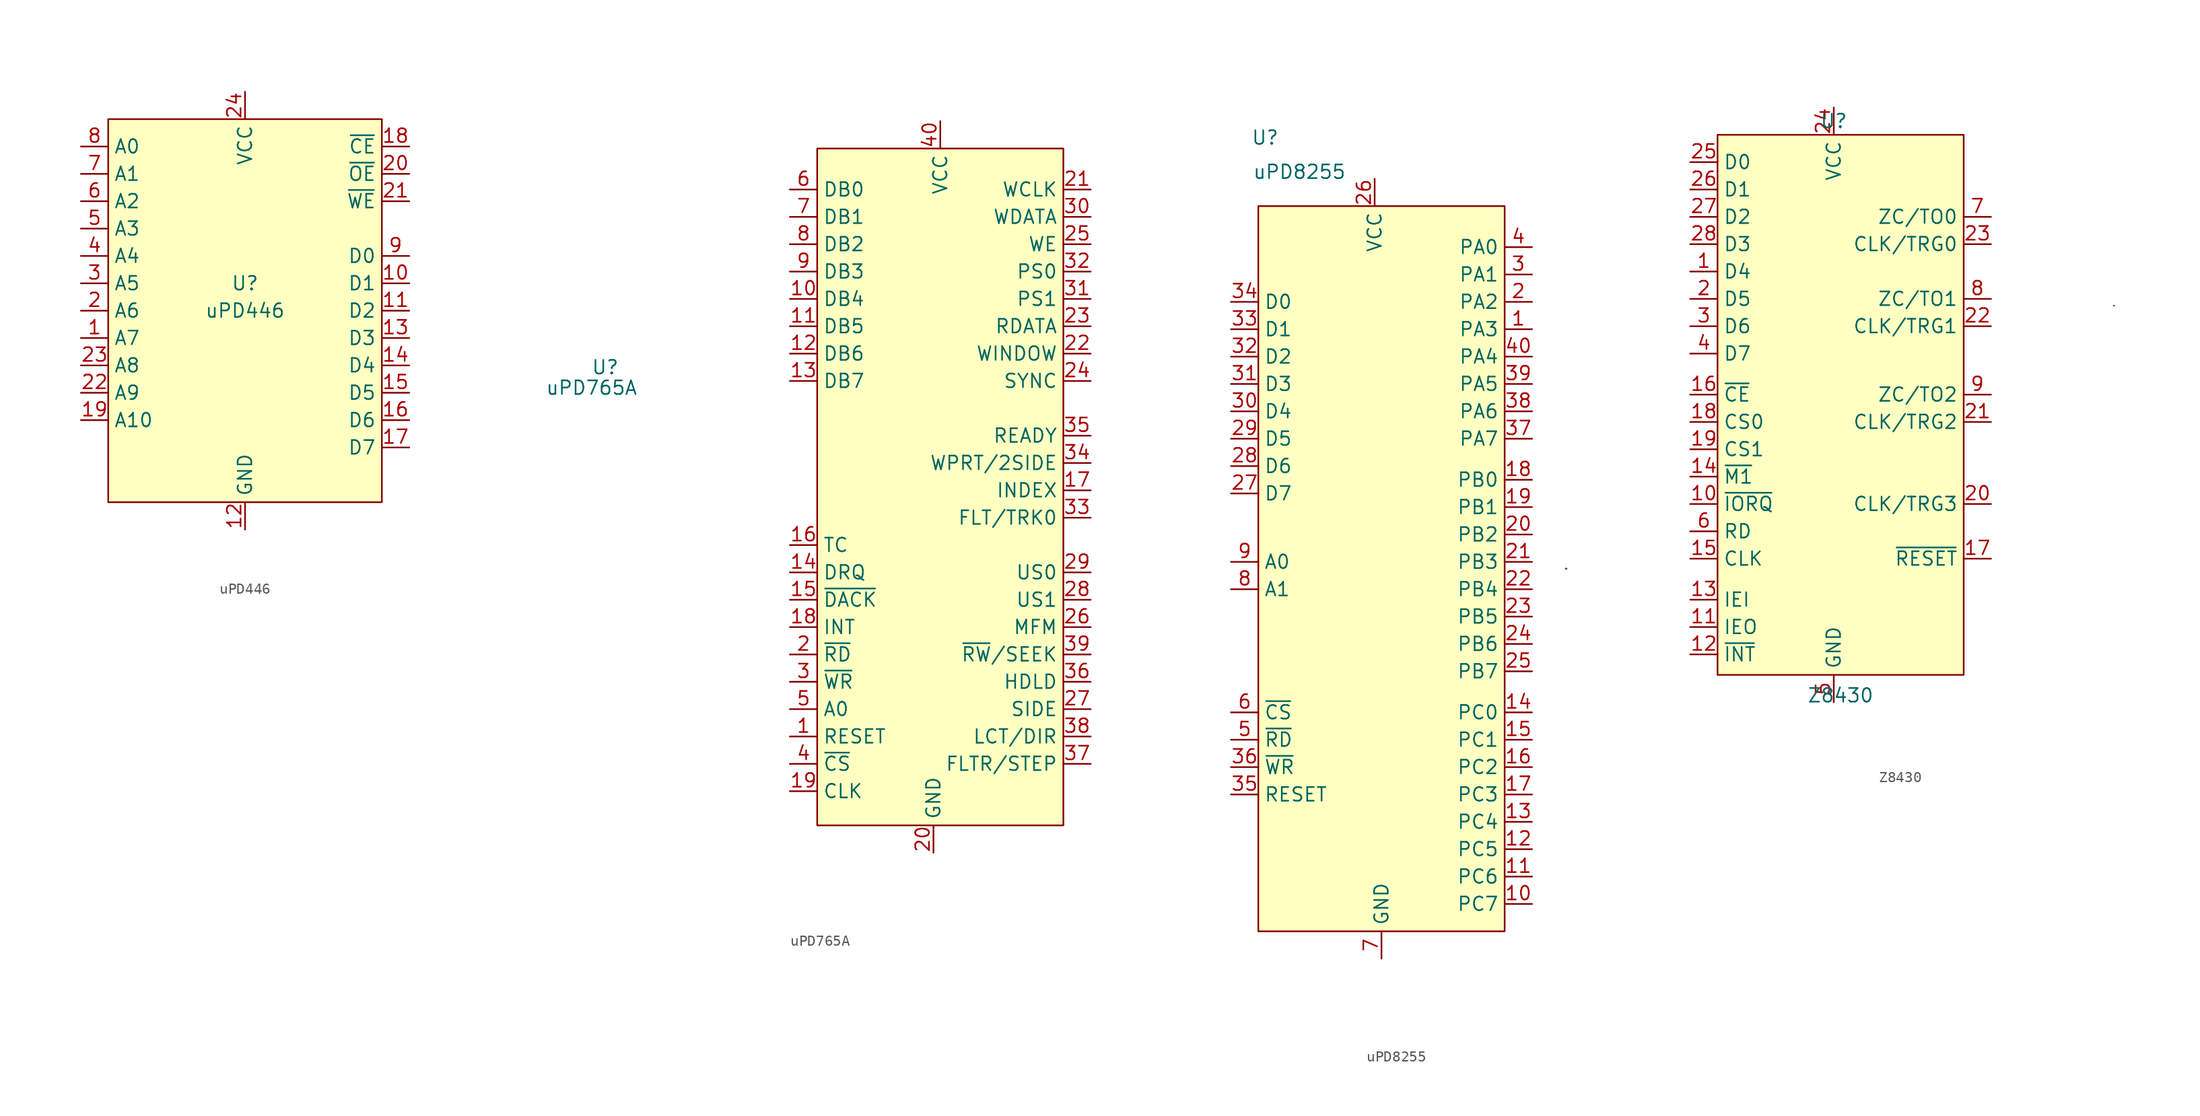
<source format=kicad_sym>
(kicad_symbol_lib
  (version 20220914)
  (generator kicad_symbol_editor)
  (symbol "uPD446"
    (property "Reference" "U"
      (at 0 -15.24 0)
      (effects (font (size 1.27 1.27))))
    (property "Value" "uPD446"
      (at 0 -17.78 0)
      (effects (font (size 1.27 1.27))))
    (symbol "uPD446_0_1"
      (rectangle (start -12.7 0) (end 12.7 -35.56) (stroke (width 0.152) (type default)) (fill (type background))))
    (symbol "uPD446_1_1"
      (pin input line (at -15.24 -20.32 0) (length 2.54) (name "A7" (effects (font (size 1.27 1.27)))) (number "1" (effects (font (size 1.27 1.27)))))
      (pin tri_state line (at 15.24 -15.24 180) (length 2.54) (name "D1" (effects (font (size 1.27 1.27)))) (number "10" (effects (font (size 1.27 1.27)))))
      (pin tri_state line (at 15.24 -17.78 180) (length 2.54) (name "D2" (effects (font (size 1.27 1.27)))) (number "11" (effects (font (size 1.27 1.27)))))
      (pin power_in line (at 0 -38.1 90) (length 2.54) (name "GND" (effects (font (size 1.27 1.27)))) (number "12" (effects (font (size 1.27 1.27)))))
      (pin tri_state line (at 15.24 -20.32 180) (length 2.54) (name "D3" (effects (font (size 1.27 1.27)))) (number "13" (effects (font (size 1.27 1.27)))))
      (pin tri_state line (at 15.24 -22.86 180) (length 2.54) (name "D4" (effects (font (size 1.27 1.27)))) (number "14" (effects (font (size 1.27 1.27)))))
      (pin tri_state line (at 15.24 -25.4 180) (length 2.54) (name "D5" (effects (font (size 1.27 1.27)))) (number "15" (effects (font (size 1.27 1.27)))))
      (pin tri_state line (at 15.24 -27.94 180) (length 2.54) (name "D6" (effects (font (size 1.27 1.27)))) (number "16" (effects (font (size 1.27 1.27)))))
      (pin tri_state line (at 15.24 -30.48 180) (length 2.54) (name "D7" (effects (font (size 1.27 1.27)))) (number "17" (effects (font (size 1.27 1.27)))))
      (pin input line (at 15.24 -2.54 180) (length 2.54) (name "~{CE}" (effects (font (size 1.27 1.27)))) (number "18" (effects (font (size 1.27 1.27)))))
      (pin input line (at -15.24 -27.94 0) (length 2.54) (name "A10" (effects (font (size 1.27 1.27)))) (number "19" (effects (font (size 1.27 1.27)))))
      (pin input line (at -15.24 -17.78 0) (length 2.54) (name "A6" (effects (font (size 1.27 1.27)))) (number "2" (effects (font (size 1.27 1.27)))))
      (pin input line (at 15.24 -5.08 180) (length 2.54) (name "~{OE}" (effects (font (size 1.27 1.27)))) (number "20" (effects (font (size 1.27 1.27)))))
      (pin input line (at 15.24 -7.62 180) (length 2.54) (name "~{WE}" (effects (font (size 1.27 1.27)))) (number "21" (effects (font (size 1.27 1.27)))))
      (pin input line (at -15.24 -25.4 0) (length 2.54) (name "A9" (effects (font (size 1.27 1.27)))) (number "22" (effects (font (size 1.27 1.27)))))
      (pin input line (at -15.24 -22.86 0) (length 2.54) (name "A8" (effects (font (size 1.27 1.27)))) (number "23" (effects (font (size 1.27 1.27)))))
      (pin power_in line (at 0 2.54 270) (length 2.54) (name "VCC" (effects (font (size 1.27 1.27)))) (number "24" (effects (font (size 1.27 1.27)))))
      (pin input line (at -15.24 -15.24 0) (length 2.54) (name "A5" (effects (font (size 1.27 1.27)))) (number "3" (effects (font (size 1.27 1.27)))))
      (pin input line (at -15.24 -12.7 0) (length 2.54) (name "A4" (effects (font (size 1.27 1.27)))) (number "4" (effects (font (size 1.27 1.27)))))
      (pin input line (at -15.24 -10.16 0) (length 2.54) (name "A3" (effects (font (size 1.27 1.27)))) (number "5" (effects (font (size 1.27 1.27)))))
      (pin input line (at -15.24 -7.62 0) (length 2.54) (name "A2" (effects (font (size 1.27 1.27)))) (number "6" (effects (font (size 1.27 1.27)))))
      (pin input line (at -15.24 -5.08 0) (length 2.54) (name "A1" (effects (font (size 1.27 1.27)))) (number "7" (effects (font (size 1.27 1.27)))))
      (pin input line (at -15.24 -2.54 0) (length 2.54) (name "A0" (effects (font (size 1.27 1.27)))) (number "8" (effects (font (size 1.27 1.27)))))
      (pin tri_state line (at 15.24 -12.7 180) (length 2.54) (name "D0" (effects (font (size 1.27 1.27)))) (number "9" (effects (font (size 1.27 1.27)))))))
  (symbol "uPD765A"
    (property "Reference" "U"
      (at -31.115 12.7 0)
      (effects (font (size 1.27 1.27))))
    (property "Value" "uPD765A"
      (at -32.385 10.795 0)
      (effects (font (size 1.27 1.27))))
    (symbol "uPD765A_0_0"
      (pin input line (at -13.97 -21.59 0) (length 2.54) (name "RESET" (effects (font (size 1.27 1.27)))) (number "1" (effects (font (size 1.27 1.27)))))
      (pin input line (at -13.97 19.05 0) (length 2.54) (name "DB4" (effects (font (size 1.27 1.27)))) (number "10" (effects (font (size 1.27 1.27)))))
      (pin input line (at -13.97 16.51 0) (length 2.54) (name "DB5" (effects (font (size 1.27 1.27)))) (number "11" (effects (font (size 1.27 1.27)))))
      (pin input line (at -13.97 13.97 0) (length 2.54) (name "DB6" (effects (font (size 1.27 1.27)))) (number "12" (effects (font (size 1.27 1.27)))))
      (pin input line (at -13.97 11.43 0) (length 2.54) (name "DB7" (effects (font (size 1.27 1.27)))) (number "13" (effects (font (size 1.27 1.27)))))
      (pin output line (at -13.97 -6.35 0) (length 2.54) (name "DRQ" (effects (font (size 1.27 1.27)))) (number "14" (effects (font (size 1.27 1.27)))))
      (pin unspecified line (at -13.97 -8.89 0) (length 2.54) (name "~{DACK}" (effects (font (size 1.27 1.27)))) (number "15" (effects (font (size 1.27 1.27)))))
      (pin input line (at -13.97 -3.81 0) (length 2.54) (name "TC" (effects (font (size 1.27 1.27)))) (number "16" (effects (font (size 1.27 1.27)))))
      (pin input line (at 13.97 1.27 180) (length 2.54) (name "INDEX" (effects (font (size 1.27 1.27)))) (number "17" (effects (font (size 1.27 1.27)))))
      (pin output line (at -13.97 -11.43 0) (length 2.54) (name "INT" (effects (font (size 1.27 1.27)))) (number "18" (effects (font (size 1.27 1.27)))))
      (pin input line (at -13.97 -26.67 0) (length 2.54) (name "CLK" (effects (font (size 1.27 1.27)))) (number "19" (effects (font (size 1.27 1.27)))))
      (pin input line (at -13.97 -13.97 0) (length 2.54) (name "~{RD}" (effects (font (size 1.27 1.27)))) (number "2" (effects (font (size 1.27 1.27)))))
      (pin power_in line (at -0.635 -32.385 90) (length 2.54) (name "GND" (effects (font (size 1.27 1.27)))) (number "20" (effects (font (size 1.27 1.27)))))
      (pin input line (at 13.97 29.21 180) (length 2.54) (name "WCLK" (effects (font (size 1.27 1.27)))) (number "21" (effects (font (size 1.27 1.27)))))
      (pin input line (at 13.97 13.97 180) (length 2.54) (name "WINDOW" (effects (font (size 1.27 1.27)))) (number "22" (effects (font (size 1.27 1.27)))))
      (pin input line (at 13.97 16.51 180) (length 2.54) (name "RDATA" (effects (font (size 1.27 1.27)))) (number "23" (effects (font (size 1.27 1.27)))))
      (pin output line (at 13.97 11.43 180) (length 2.54) (name "SYNC" (effects (font (size 1.27 1.27)))) (number "24" (effects (font (size 1.27 1.27)))))
      (pin output line (at 13.97 24.13 180) (length 2.54) (name "WE" (effects (font (size 1.27 1.27)))) (number "25" (effects (font (size 1.27 1.27)))))
      (pin output line (at 13.97 -11.43 180) (length 2.54) (name "MFM" (effects (font (size 1.27 1.27)))) (number "26" (effects (font (size 1.27 1.27)))))
      (pin output line (at 13.97 -19.05 180) (length 2.54) (name "SIDE" (effects (font (size 1.27 1.27)))) (number "27" (effects (font (size 1.27 1.27)))))
      (pin input line (at 13.97 -8.89 180) (length 2.54) (name "US1" (effects (font (size 1.27 1.27)))) (number "28" (effects (font (size 1.27 1.27)))))
      (pin input line (at 13.97 -6.35 180) (length 2.54) (name "US0" (effects (font (size 1.27 1.27)))) (number "29" (effects (font (size 1.27 1.27)))))
      (pin output line (at -13.97 -16.51 0) (length 2.54) (name "~{WR}" (effects (font (size 1.27 1.27)))) (number "3" (effects (font (size 1.27 1.27)))))
      (pin output line (at 13.97 26.67 180) (length 2.54) (name "WDATA" (effects (font (size 1.27 1.27)))) (number "30" (effects (font (size 1.27 1.27)))))
      (pin output line (at 13.97 19.05 180) (length 2.54) (name "PS1" (effects (font (size 1.27 1.27)))) (number "31" (effects (font (size 1.27 1.27)))))
      (pin output line (at 13.97 21.59 180) (length 2.54) (name "PS0" (effects (font (size 1.27 1.27)))) (number "32" (effects (font (size 1.27 1.27)))))
      (pin input line (at 13.97 -1.27 180) (length 2.54) (name "FLT/TRK0" (effects (font (size 1.27 1.27)))) (number "33" (effects (font (size 1.27 1.27)))))
      (pin input line (at 13.97 3.81 180) (length 2.54) (name "WPRT/2SIDE" (effects (font (size 1.27 1.27)))) (number "34" (effects (font (size 1.27 1.27)))))
      (pin input line (at 13.97 6.35 180) (length 2.54) (name "READY" (effects (font (size 1.27 1.27)))) (number "35" (effects (font (size 1.27 1.27)))))
      (pin output line (at 13.97 -16.51 180) (length 2.54) (name "HDLD" (effects (font (size 1.27 1.27)))) (number "36" (effects (font (size 1.27 1.27)))))
      (pin output line (at 13.97 -24.13 180) (length 2.54) (name "FLTR/STEP" (effects (font (size 1.27 1.27)))) (number "37" (effects (font (size 1.27 1.27)))))
      (pin output line (at 13.97 -21.59 180) (length 2.54) (name "LCT/DIR" (effects (font (size 1.27 1.27)))) (number "38" (effects (font (size 1.27 1.27)))))
      (pin output line (at 13.97 -13.97 180) (length 2.54) (name "~{RW}/SEEK" (effects (font (size 1.27 1.27)))) (number "39" (effects (font (size 1.27 1.27)))))
      (pin input line (at -13.97 -24.13 0) (length 2.54) (name "~{CS}" (effects (font (size 1.27 1.27)))) (number "4" (effects (font (size 1.27 1.27)))))
      (pin power_in line (at 0 35.56 270) (length 2.54) (name "VCC" (effects (font (size 1.27 1.27)))) (number "40" (effects (font (size 1.27 1.27)))))
      (pin input line (at -13.97 -19.05 0) (length 2.54) (name "A0" (effects (font (size 1.27 1.27)))) (number "5" (effects (font (size 1.27 1.27)))))
      (pin input line (at -13.97 29.21 0) (length 2.54) (name "DB0" (effects (font (size 1.27 1.27)))) (number "6" (effects (font (size 1.27 1.27)))))
      (pin input line (at -13.97 26.67 0) (length 2.54) (name "DB1" (effects (font (size 1.27 1.27)))) (number "7" (effects (font (size 1.27 1.27)))))
      (pin input line (at -13.97 24.13 0) (length 2.54) (name "DB2" (effects (font (size 1.27 1.27)))) (number "8" (effects (font (size 1.27 1.27)))))
      (pin input line (at -13.97 21.59 0) (length 2.54) (name "DB3" (effects (font (size 1.27 1.27)))) (number "9" (effects (font (size 1.27 1.27))))))
    (symbol "uPD765A_0_1"
      (rectangle (start -11.43 33.02) (end 11.43 -29.845) (stroke (width 0) (type default)) (fill (type background)))))
  (symbol "uPD8255"
    (property "Reference" "U"
      (at -10.16 39.37 0)
      (effects (font (size 1.27 1.27))))
    (property "Value" "uPD8255"
      (at -6.985 36.195 0)
      (effects (font (size 1.27 1.27))))
    (symbol "uPD8255_0_0"
      (pin power_in line (at 0 35.56 270) (length 2.54) (name "VCC" (effects (font (size 1.27 1.27)))) (number "26" (effects (font (size 1.27 1.27)))))
      (pin input line (at -13.335 -21.59 0) (length 2.54) (name "RESET" (effects (font (size 1.27 1.27)))) (number "35" (effects (font (size 1.27 1.27)))))
      (pin input line (at -13.335 -19.05 0) (length 2.54) (name "~{WR}" (effects (font (size 1.27 1.27)))) (number "36" (effects (font (size 1.27 1.27)))))
      (pin bidirectional line (at -13.335 -16.51 0) (length 2.54) (name "~{RD}" (effects (font (size 1.27 1.27)))) (number "5" (effects (font (size 1.27 1.27)))))
      (pin input line (at -13.335 -13.97 0) (length 2.54) (name "~{CS}" (effects (font (size 1.27 1.27)))) (number "6" (effects (font (size 1.27 1.27)))))
      (pin power_in line (at 0.635 -36.83 90) (length 2.54) (name "GND" (effects (font (size 1.27 1.27)))) (number "7" (effects (font (size 1.27 1.27))))))
    (symbol "uPD8255_0_1"
      (rectangle (start -10.795 33.02) (end 12.065 -34.29) (stroke (width 0) (type default)) (fill (type background)))
      (rectangle (start 17.78 -0.635) (end 17.78 -0.635) (stroke (width 0) (type default)) (fill (type none)))
      (rectangle (start 17.78 -0.635) (end 17.78 -0.635) (stroke (width 0) (type default)) (fill (type none)))
      (rectangle (start 17.78 -0.635) (end 17.78 -0.635) (stroke (width 0) (type default)) (fill (type none)))
      (rectangle (start 17.78 -0.635) (end 17.78 -0.635) (stroke (width 0) (type default)) (fill (type none))))
    (symbol "uPD8255_1_1"
      (pin bidirectional line (at 14.605 21.59 180) (length 2.54) (name "PA3" (effects (font (size 1.27 1.27)))) (number "1" (effects (font (size 1.27 1.27)))))
      (pin bidirectional line (at 14.605 -31.75 180) (length 2.54) (name "PC7" (effects (font (size 1.27 1.27)))) (number "10" (effects (font (size 1.27 1.27)))))
      (pin bidirectional line (at 14.605 -29.21 180) (length 2.54) (name "PC6" (effects (font (size 1.27 1.27)))) (number "11" (effects (font (size 1.27 1.27)))))
      (pin bidirectional line (at 14.605 -26.67 180) (length 2.54) (name "PC5" (effects (font (size 1.27 1.27)))) (number "12" (effects (font (size 1.27 1.27)))))
      (pin bidirectional line (at 14.605 -24.13 180) (length 2.54) (name "PC4" (effects (font (size 1.27 1.27)))) (number "13" (effects (font (size 1.27 1.27)))))
      (pin bidirectional line (at 14.605 -13.97 180) (length 2.54) (name "PC0" (effects (font (size 1.27 1.27)))) (number "14" (effects (font (size 1.27 1.27)))))
      (pin bidirectional line (at 14.605 -16.51 180) (length 2.54) (name "PC1" (effects (font (size 1.27 1.27)))) (number "15" (effects (font (size 1.27 1.27)))))
      (pin bidirectional line (at 14.605 -19.05 180) (length 2.54) (name "PC2" (effects (font (size 1.27 1.27)))) (number "16" (effects (font (size 1.27 1.27)))))
      (pin bidirectional line (at 14.605 -21.59 180) (length 2.54) (name "PC3" (effects (font (size 1.27 1.27)))) (number "17" (effects (font (size 1.27 1.27)))))
      (pin bidirectional line (at 14.605 7.62 180) (length 2.54) (name "PB0" (effects (font (size 1.27 1.27)))) (number "18" (effects (font (size 1.27 1.27)))))
      (pin bidirectional line (at 14.605 5.08 180) (length 2.54) (name "PB1" (effects (font (size 1.27 1.27)))) (number "19" (effects (font (size 1.27 1.27)))))
      (pin bidirectional line (at 14.605 24.13 180) (length 2.54) (name "PA2" (effects (font (size 1.27 1.27)))) (number "2" (effects (font (size 1.27 1.27)))))
      (pin bidirectional line (at 14.605 2.54 180) (length 2.54) (name "PB2" (effects (font (size 1.27 1.27)))) (number "20" (effects (font (size 1.27 1.27)))))
      (pin bidirectional line (at 14.605 0 180) (length 2.54) (name "PB3" (effects (font (size 1.27 1.27)))) (number "21" (effects (font (size 1.27 1.27)))))
      (pin bidirectional line (at 14.605 -2.54 180) (length 2.54) (name "PB4" (effects (font (size 1.27 1.27)))) (number "22" (effects (font (size 1.27 1.27)))))
      (pin bidirectional line (at 14.605 -5.08 180) (length 2.54) (name "PB5" (effects (font (size 1.27 1.27)))) (number "23" (effects (font (size 1.27 1.27)))))
      (pin bidirectional line (at 14.605 -7.62 180) (length 2.54) (name "PB6" (effects (font (size 1.27 1.27)))) (number "24" (effects (font (size 1.27 1.27)))))
      (pin bidirectional line (at 14.605 -10.16 180) (length 2.54) (name "PB7" (effects (font (size 1.27 1.27)))) (number "25" (effects (font (size 1.27 1.27)))))
      (pin input line (at -13.335 6.35 0) (length 2.54) (name "D7" (effects (font (size 1.27 1.27)))) (number "27" (effects (font (size 1.27 1.27)))))
      (pin input line (at -13.335 8.89 0) (length 2.54) (name "D6" (effects (font (size 1.27 1.27)))) (number "28" (effects (font (size 1.27 1.27)))))
      (pin input line (at -13.335 11.43 0) (length 2.54) (name "D5" (effects (font (size 1.27 1.27)))) (number "29" (effects (font (size 1.27 1.27)))))
      (pin bidirectional line (at 14.605 26.67 180) (length 2.54) (name "PA1" (effects (font (size 1.27 1.27)))) (number "3" (effects (font (size 1.27 1.27)))))
      (pin input line (at -13.335 13.97 0) (length 2.54) (name "D4" (effects (font (size 1.27 1.27)))) (number "30" (effects (font (size 1.27 1.27)))))
      (pin input line (at -13.335 16.51 0) (length 2.54) (name "D3" (effects (font (size 1.27 1.27)))) (number "31" (effects (font (size 1.27 1.27)))))
      (pin input line (at -13.335 19.05 0) (length 2.54) (name "D2" (effects (font (size 1.27 1.27)))) (number "32" (effects (font (size 1.27 1.27)))))
      (pin input line (at -13.335 21.59 0) (length 2.54) (name "D1" (effects (font (size 1.27 1.27)))) (number "33" (effects (font (size 1.27 1.27)))))
      (pin input line (at -13.335 24.13 0) (length 2.54) (name "D0" (effects (font (size 1.27 1.27)))) (number "34" (effects (font (size 1.27 1.27)))))
      (pin bidirectional line (at 14.605 11.43 180) (length 2.54) (name "PA7" (effects (font (size 1.27 1.27)))) (number "37" (effects (font (size 1.27 1.27)))))
      (pin bidirectional line (at 14.605 13.97 180) (length 2.54) (name "PA6" (effects (font (size 1.27 1.27)))) (number "38" (effects (font (size 1.27 1.27)))))
      (pin bidirectional line (at 14.605 16.51 180) (length 2.54) (name "PA5" (effects (font (size 1.27 1.27)))) (number "39" (effects (font (size 1.27 1.27)))))
      (pin bidirectional line (at 14.605 29.21 180) (length 2.54) (name "PA0" (effects (font (size 1.27 1.27)))) (number "4" (effects (font (size 1.27 1.27)))))
      (pin bidirectional line (at 14.605 19.05 180) (length 2.54) (name "PA4" (effects (font (size 1.27 1.27)))) (number "40" (effects (font (size 1.27 1.27)))))
      (pin input line (at -13.335 -2.54 0) (length 2.54) (name "A1" (effects (font (size 1.27 1.27)))) (number "8" (effects (font (size 1.27 1.27)))))
      (pin bidirectional line (at -13.335 0 0) (length 2.54) (name "A0" (effects (font (size 1.27 1.27)))) (number "9" (effects (font (size 1.27 1.27)))))))
  (symbol "Z8430"
    (property "Reference" "U"
      (at 0 25.4 0)
      (effects (font (size 1.27 1.27))))
    (property "Value" "Z8430"
      (at 0.635 -27.94 0)
      (effects (font (size 1.27 1.27))))
    (symbol "Z8430_0_0"
      (pin bidirectional line (at -13.335 11.43 0) (length 2.54) (name "D4" (effects (font (size 1.27 1.27)))) (number "1" (effects (font (size 1.27 1.27)))))
      (pin input line (at -13.335 -10.16 0) (length 2.54) (name "~{IORQ}" (effects (font (size 1.27 1.27)))) (number "10" (effects (font (size 1.27 1.27)))))
      (pin output line (at -13.335 -21.59 0) (length 2.54) (name "IEO" (effects (font (size 1.27 1.27)))) (number "11" (effects (font (size 1.27 1.27)))))
      (pin input line (at -13.335 -24.13 0) (length 2.54) (name "~{INT}" (effects (font (size 1.27 1.27)))) (number "12" (effects (font (size 1.27 1.27)))))
      (pin input line (at -13.335 -19.05 0) (length 2.54) (name "IEI" (effects (font (size 1.27 1.27)))) (number "13" (effects (font (size 1.27 1.27)))))
      (pin input line (at -13.335 -7.62 0) (length 2.54) (name "~{M1}" (effects (font (size 1.27 1.27)))) (number "14" (effects (font (size 1.27 1.27)))))
      (pin input line (at -13.335 -15.24 0) (length 2.54) (name "CLK" (effects (font (size 1.27 1.27)))) (number "15" (effects (font (size 1.27 1.27)))))
      (pin input line (at -13.335 0 0) (length 2.54) (name "~{CE}" (effects (font (size 1.27 1.27)))) (number "16" (effects (font (size 1.27 1.27)))))
      (pin input line (at 14.605 -15.24 180) (length 2.54) (name "~{RESET}" (effects (font (size 1.27 1.27)))) (number "17" (effects (font (size 1.27 1.27)))))
      (pin input line (at -13.335 -2.54 0) (length 2.54) (name "CS0" (effects (font (size 1.27 1.27)))) (number "18" (effects (font (size 1.27 1.27)))))
      (pin input line (at -13.335 -5.08 0) (length 2.54) (name "CS1" (effects (font (size 1.27 1.27)))) (number "19" (effects (font (size 1.27 1.27)))))
      (pin bidirectional line (at -13.335 8.89 0) (length 2.54) (name "D5" (effects (font (size 1.27 1.27)))) (number "2" (effects (font (size 1.27 1.27)))))
      (pin input line (at 14.605 -10.16 180) (length 2.54) (name "CLK/TRG3" (effects (font (size 1.27 1.27)))) (number "20" (effects (font (size 1.27 1.27)))))
      (pin input line (at 14.605 -2.54 180) (length 2.54) (name "CLK/TRG2" (effects (font (size 1.27 1.27)))) (number "21" (effects (font (size 1.27 1.27)))))
      (pin input line (at 14.605 6.35 180) (length 2.54) (name "CLK/TRG1" (effects (font (size 1.27 1.27)))) (number "22" (effects (font (size 1.27 1.27)))))
      (pin input line (at 14.605 13.97 180) (length 2.54) (name "CLK/TRG0" (effects (font (size 1.27 1.27)))) (number "23" (effects (font (size 1.27 1.27)))))
      (pin power_in line (at 0 26.67 270) (length 2.54) (name "VCC" (effects (font (size 1.27 1.27)))) (number "24" (effects (font (size 1.27 1.27)))))
      (pin bidirectional line (at -13.335 21.59 0) (length 2.54) (name "D0" (effects (font (size 1.27 1.27)))) (number "25" (effects (font (size 1.27 1.27)))))
      (pin bidirectional line (at -13.335 19.05 0) (length 2.54) (name "D1" (effects (font (size 1.27 1.27)))) (number "26" (effects (font (size 1.27 1.27)))))
      (pin bidirectional line (at -13.335 16.51 0) (length 2.54) (name "D2" (effects (font (size 1.27 1.27)))) (number "27" (effects (font (size 1.27 1.27)))))
      (pin bidirectional line (at -13.335 13.97 0) (length 2.54) (name "D3" (effects (font (size 1.27 1.27)))) (number "28" (effects (font (size 1.27 1.27)))))
      (pin bidirectional line (at -13.335 6.35 0) (length 2.54) (name "D6" (effects (font (size 1.27 1.27)))) (number "3" (effects (font (size 1.27 1.27)))))
      (pin bidirectional line (at -13.335 3.81 0) (length 2.54) (name "D7" (effects (font (size 1.27 1.27)))) (number "4" (effects (font (size 1.27 1.27)))))
      (pin power_in line (at 0 -28.575 90) (length 2.54) (name "GND" (effects (font (size 1.27 1.27)))) (number "5" (effects (font (size 1.27 1.27)))))
      (pin input line (at -13.335 -12.7 0) (length 2.54) (name "RD" (effects (font (size 1.27 1.27)))) (number "6" (effects (font (size 1.27 1.27)))))
      (pin output line (at 14.605 16.51 180) (length 2.54) (name "ZC/TO0" (effects (font (size 1.27 1.27)))) (number "7" (effects (font (size 1.27 1.27)))))
      (pin output line (at 14.605 8.89 180) (length 2.54) (name "ZC/TO1" (effects (font (size 1.27 1.27)))) (number "8" (effects (font (size 1.27 1.27)))))
      (pin output line (at 14.605 0 180) (length 2.54) (name "ZC/TO2" (effects (font (size 1.27 1.27)))) (number "9" (effects (font (size 1.27 1.27))))))
    (symbol "Z8430_0_1"
      (rectangle (start -10.795 24.13) (end 12.065 -26.035) (stroke (width 0) (type default)) (fill (type background)))
      (rectangle (start 26.035 8.255) (end 26.035 8.255) (stroke (width 0) (type default)) (fill (type background))))))
</source>
